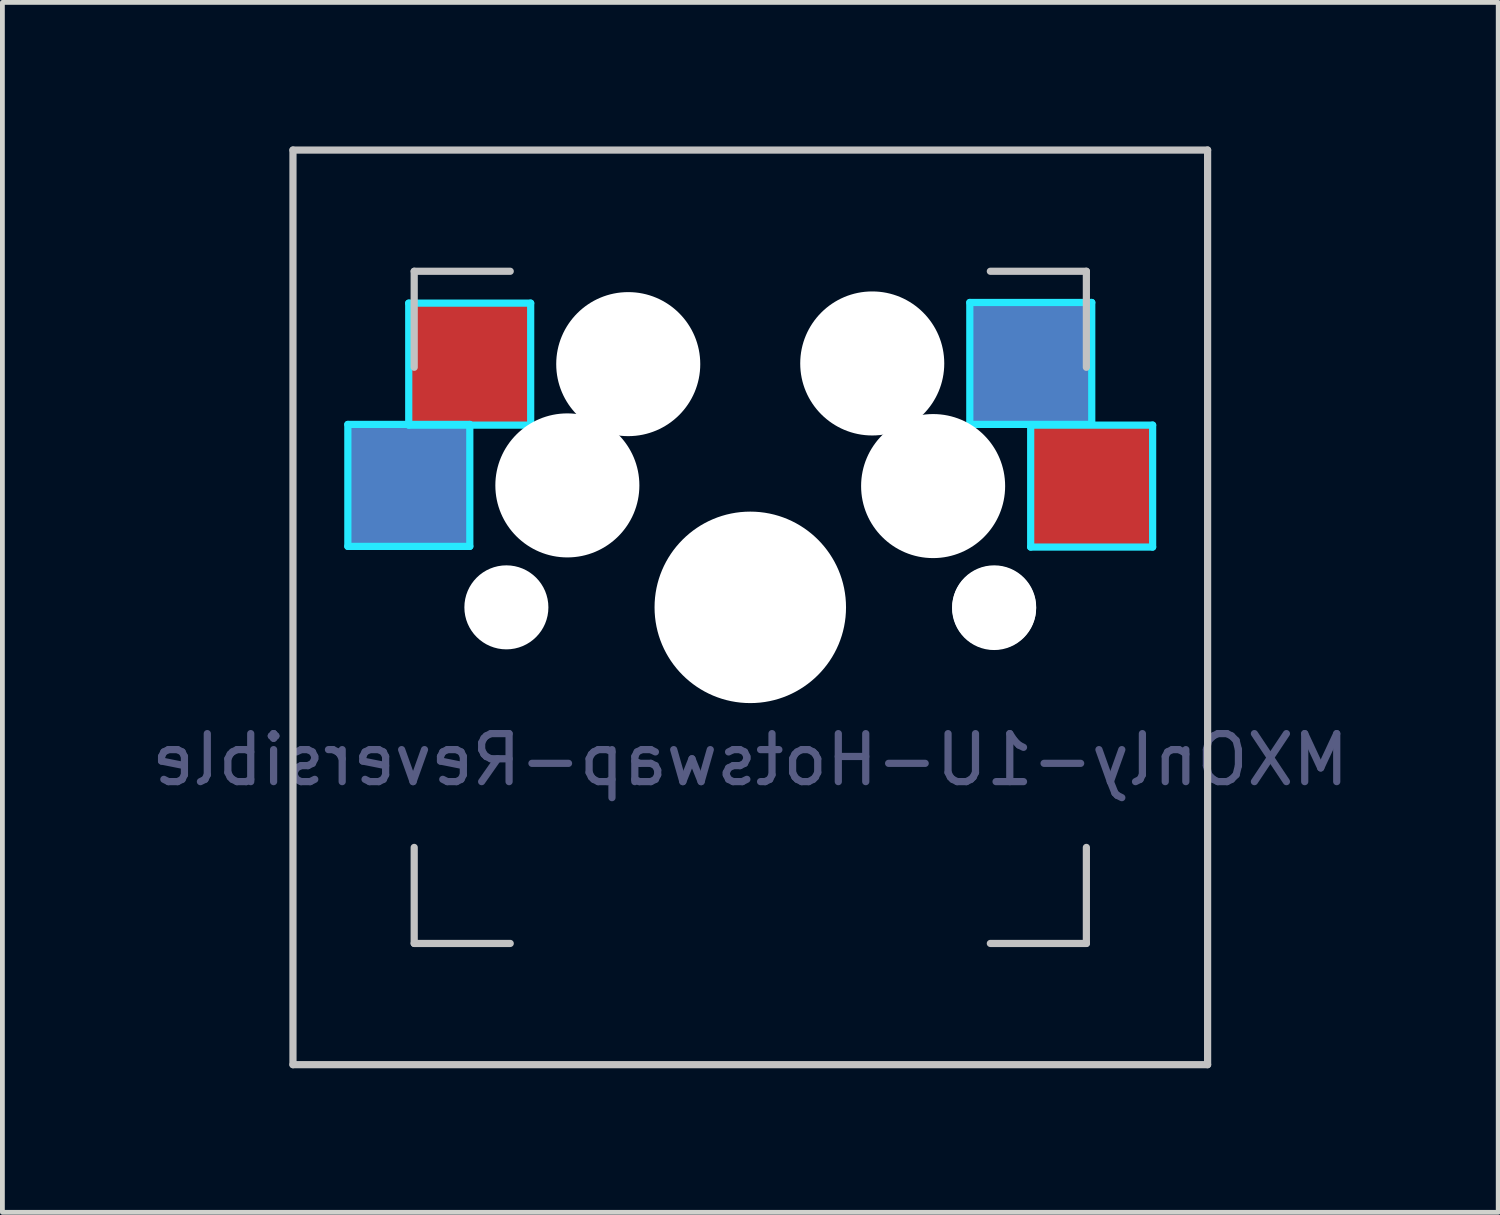
<source format=kicad_pcb>
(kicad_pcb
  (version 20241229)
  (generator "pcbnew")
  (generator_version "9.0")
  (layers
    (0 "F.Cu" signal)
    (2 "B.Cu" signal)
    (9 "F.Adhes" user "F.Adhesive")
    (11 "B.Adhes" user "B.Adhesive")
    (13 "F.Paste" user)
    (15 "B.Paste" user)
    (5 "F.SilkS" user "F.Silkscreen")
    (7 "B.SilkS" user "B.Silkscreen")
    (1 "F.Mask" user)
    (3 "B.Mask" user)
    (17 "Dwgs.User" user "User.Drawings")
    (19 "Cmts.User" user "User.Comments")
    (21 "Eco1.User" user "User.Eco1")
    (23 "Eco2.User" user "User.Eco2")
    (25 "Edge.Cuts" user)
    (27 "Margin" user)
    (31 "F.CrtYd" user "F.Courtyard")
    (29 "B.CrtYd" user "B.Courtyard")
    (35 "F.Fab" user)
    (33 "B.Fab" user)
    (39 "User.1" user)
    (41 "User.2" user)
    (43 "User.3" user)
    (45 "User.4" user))
  (footprint "MXOnly-1U-Hotswap-Reversible"
    (layer "F.Cu")
    (at 12.577 9.6)
    (property "Reference" "MXOnly-1U-Hotswap-Reversible" (at 0 3.175 0) (layer "B.Fab") (effects (font (size 1 1) (thickness 0.15)) (justify mirror)))
    (attr smd)
    (fp_line (start -9.525 -9.525) (end 9.525 -9.525) (stroke (width 0.15) (type solid)) (layer "Dwgs.User"))
    (fp_line (start -9.525 9.525) (end -9.525 -9.525) (stroke (width 0.15) (type solid)) (layer "Dwgs.User"))
    (fp_line (start -7 -7) (end -7 -5) (stroke (width 0.15) (type solid)) (layer "Dwgs.User"))
    (fp_line (start -7 5) (end -7 7) (stroke (width 0.15) (type solid)) (layer "Dwgs.User"))
    (fp_line (start -7 7) (end -5 7) (stroke (width 0.15) (type solid)) (layer "Dwgs.User"))
    (fp_line (start -5 -7) (end -7 -7) (stroke (width 0.15) (type solid)) (layer "Dwgs.User"))
    (fp_line (start 5 -7) (end 7 -7) (stroke (width 0.15) (type solid)) (layer "Dwgs.User"))
    (fp_line (start 5 7) (end 7 7) (stroke (width 0.15) (type solid)) (layer "Dwgs.User"))
    (fp_line (start 7 -7) (end 7 -5) (stroke (width 0.15) (type solid)) (layer "Dwgs.User"))
    (fp_line (start 7 7) (end 7 5) (stroke (width 0.15) (type solid)) (layer "Dwgs.User"))
    (fp_line (start 9.525 -9.525) (end 9.525 9.525) (stroke (width 0.15) (type solid)) (layer "Dwgs.User"))
    (fp_line (start 9.525 9.525) (end -9.525 9.525) (stroke (width 0.15) (type solid)) (layer "Dwgs.User"))
    (fp_line (start -8.382 -3.81) (end -8.382 -1.27) (stroke (width 0.15) (type solid)) (layer "B.CrtYd"))
    (fp_line (start -8.382 -1.27) (end -5.842 -1.27) (stroke (width 0.15) (type solid)) (layer "B.CrtYd"))
    (fp_line (start -7.114 -6.336) (end -7.114 -3.796) (stroke (width 0.15) (type solid)) (layer "B.CrtYd"))
    (fp_line (start -7.114 -3.796) (end -4.574 -3.796) (stroke (width 0.15) (type solid)) (layer "B.CrtYd"))
    (fp_line (start -5.842 -3.81) (end -8.382 -3.81) (stroke (width 0.15) (type solid)) (layer "B.CrtYd"))
    (fp_line (start -5.842 -1.27) (end -5.842 -3.81) (stroke (width 0.15) (type solid)) (layer "B.CrtYd"))
    (fp_line (start -4.574 -6.336) (end -7.114 -6.336) (stroke (width 0.15) (type solid)) (layer "B.CrtYd"))
    (fp_line (start -4.574 -3.796) (end -4.574 -6.336) (stroke (width 0.15) (type solid)) (layer "B.CrtYd"))
    (fp_line (start 4.572 -6.35) (end 7.112 -6.35) (stroke (width 0.15) (type solid)) (layer "B.CrtYd"))
    (fp_line (start 4.572 -3.81) (end 4.572 -6.35) (stroke (width 0.15) (type solid)) (layer "B.CrtYd"))
    (fp_line (start 5.84 -3.796) (end 8.38 -3.796) (stroke (width 0.15) (type solid)) (layer "B.CrtYd"))
    (fp_line (start 5.84 -1.256) (end 5.84 -3.796) (stroke (width 0.15) (type solid)) (layer "B.CrtYd"))
    (fp_line (start 7.112 -6.35) (end 7.112 -3.81) (stroke (width 0.15) (type solid)) (layer "B.CrtYd"))
    (fp_line (start 7.112 -3.81) (end 4.572 -3.81) (stroke (width 0.15) (type solid)) (layer "B.CrtYd"))
    (fp_line (start 8.38 -3.796) (end 8.38 -1.256) (stroke (width 0.15) (type solid)) (layer "B.CrtYd"))
    (fp_line (start 8.38 -1.256) (end 5.84 -1.256) (stroke (width 0.15) (type solid)) (layer "B.CrtYd"))
    (pad "" np_thru_hole circle (at -5.08 0 48.1) (size 1.75 1.75) (drill 1.75) (layers "*.Cu" "*.Mask"))
    (pad "" np_thru_hole circle (at -3.81 -2.54) (size 3 3) (drill 3) (layers "*.Cu" "*.Mask"))
    (pad "" np_thru_hole circle (at -2.542 -5.066) (size 3 3) (drill 3) (layers "*.Cu" "*.Mask"))
    (pad "" np_thru_hole circle (at 0 0) (size 3.988 3.988) (drill 3.988) (layers "*.Cu" "*.Mask"))
    (pad "" np_thru_hole circle (at 2.54 -5.08) (size 3 3) (drill 3) (layers "*.Cu" "*.Mask"))
    (pad "" np_thru_hole circle (at 3.808 -2.526) (size 3 3) (drill 3) (layers "*.Cu" "*.Mask"))
    (pad "" np_thru_hole circle (at 5.078 0.014 311.9) (size 1.75 1.75) (drill 1.75) (layers "*.Cu" "*.Mask"))
    (pad "" np_thru_hole circle (at 5.08 0 48.1) (size 1.75 1.75) (drill 1.75) (layers "*.Cu" "*.Mask"))
    (pad "1" smd rect (at -7.085 -2.54) (size 2.55 2.5) (layers "B.Cu" "B.Mask" "B.Paste"))
    (pad "1" smd rect (at 7.125 -2.5) (size 2.55 2.5) (layers "F.Cu" "F.Mask" "F.Paste"))
    (pad "2" smd rect (at -5.812 -5.08) (size 2.55 2.5) (layers "F.Cu" "F.Mask" "F.Paste"))
    (pad "2" smd rect (at 5.842 -5.08) (size 2.55 2.5) (layers "B.Cu" "B.Mask" "B.Paste")))
  (gr_rect
    (start -3 -3)
    (end 28.155 22.2)
    (stroke (width 0.1) (type default))
    (fill no)
    (layer "Edge.Cuts")))
</source>
